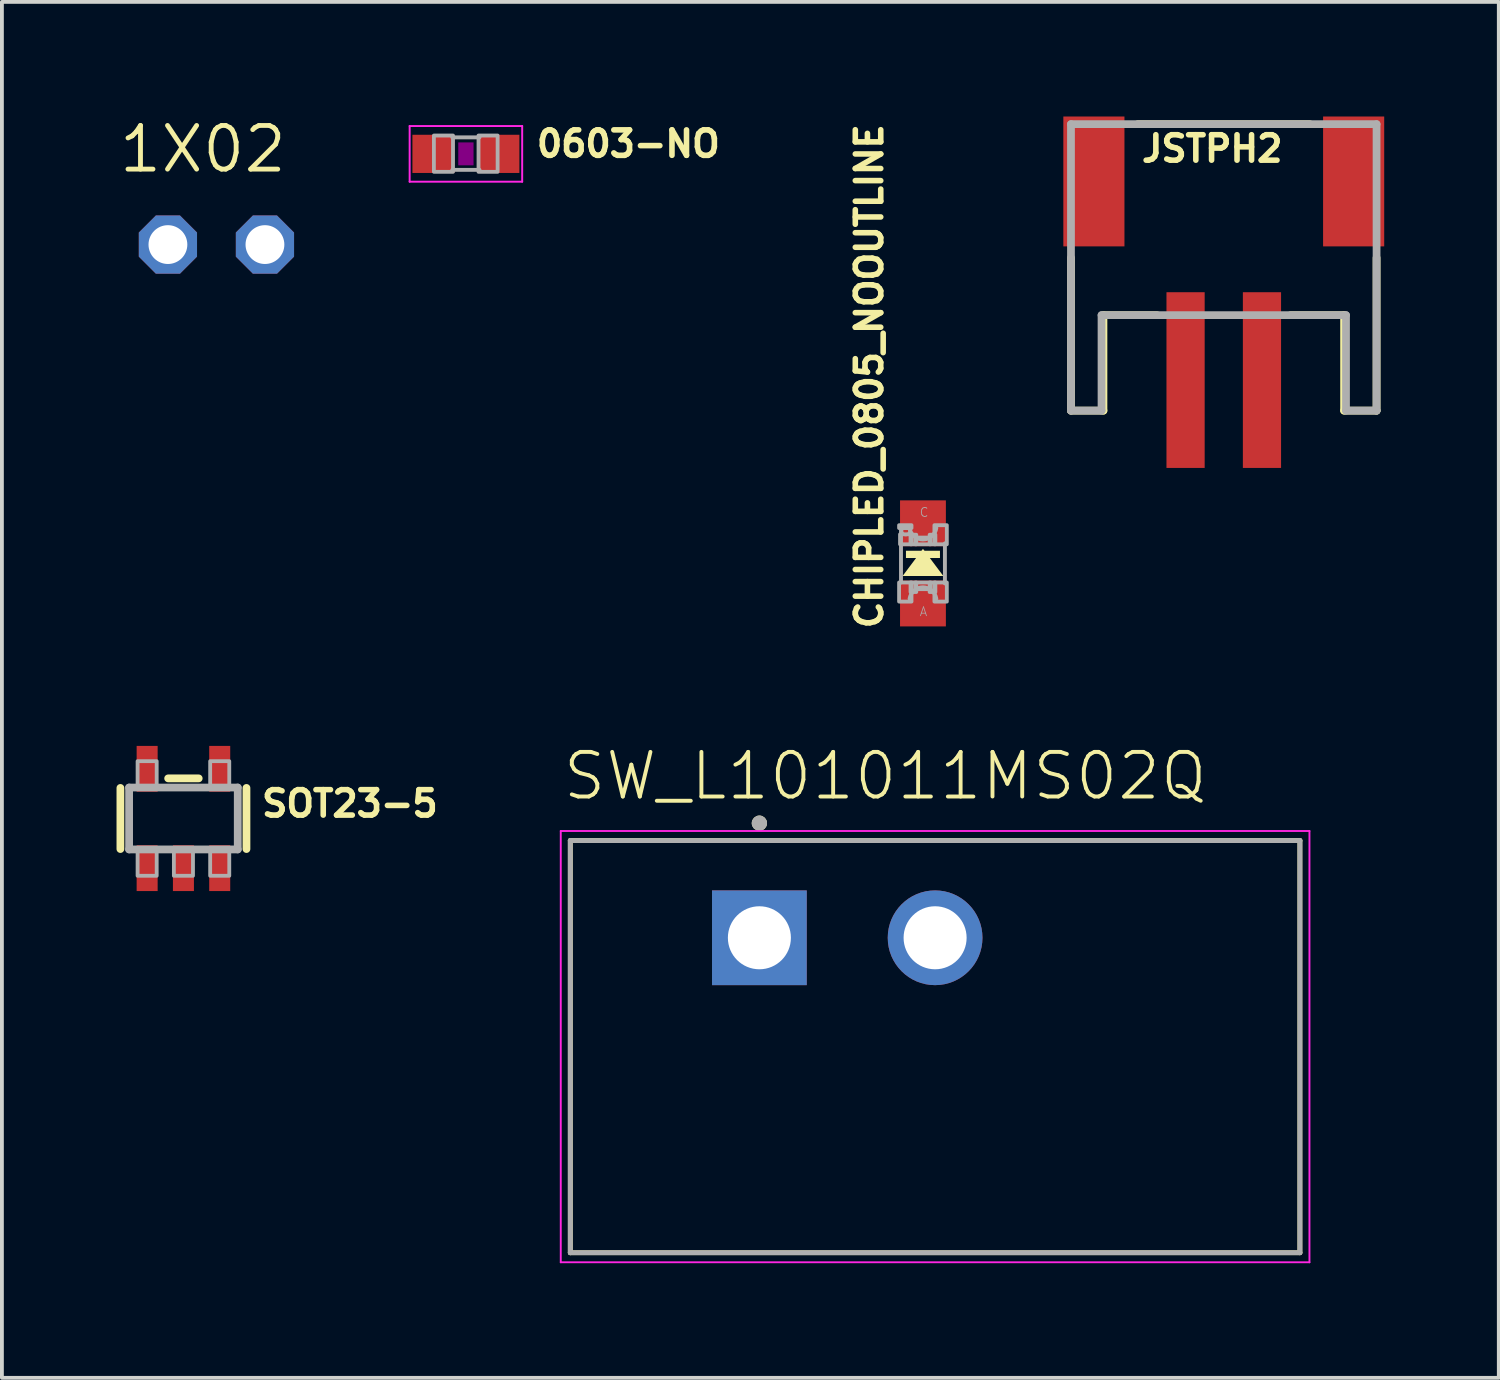
<source format=kicad_pcb>
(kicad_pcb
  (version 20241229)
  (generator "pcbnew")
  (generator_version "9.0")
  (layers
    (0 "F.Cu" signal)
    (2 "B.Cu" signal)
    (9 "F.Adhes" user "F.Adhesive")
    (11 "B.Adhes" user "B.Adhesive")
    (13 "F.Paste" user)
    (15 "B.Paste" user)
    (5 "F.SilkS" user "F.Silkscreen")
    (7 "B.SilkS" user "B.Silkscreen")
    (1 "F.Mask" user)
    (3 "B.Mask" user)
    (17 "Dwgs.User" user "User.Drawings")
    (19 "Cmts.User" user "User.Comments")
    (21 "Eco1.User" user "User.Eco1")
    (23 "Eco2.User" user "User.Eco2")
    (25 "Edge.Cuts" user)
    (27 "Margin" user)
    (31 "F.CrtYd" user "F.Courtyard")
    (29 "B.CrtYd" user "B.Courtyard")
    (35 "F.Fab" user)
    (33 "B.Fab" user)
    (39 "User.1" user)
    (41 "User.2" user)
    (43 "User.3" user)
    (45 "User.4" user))
  (footprint "SOT23-5"
    (layer "F.Cu")
    (at 1.752 18.377)
    (property "Reference" "SOT23-5" (at 1.978 0 0) (layer "F.SilkS") (effects (font (size 0.666 0.666) (thickness 0.146)) (justify left bottom)))
    (fp_line (start -1.65 -0.8) (end -1.65 0.8) (stroke (width 0.203) (type solid)) (layer "F.SilkS"))
    (fp_line (start -0.4 -1.05) (end 0.4 -1.05) (stroke (width 0.203) (type solid)) (layer "F.SilkS"))
    (fp_line (start 1.65 -0.8) (end 1.65 0.8) (stroke (width 0.203) (type solid)) (layer "F.SilkS"))
    (fp_line (start -1.422 -0.81) (end 1.422 -0.81) (stroke (width 0.203) (type solid)) (layer "F.Fab"))
    (fp_line (start -1.422 0.81) (end -1.422 -0.81) (stroke (width 0.203) (type solid)) (layer "F.Fab"))
    (fp_line (start 1.422 -0.81) (end 1.422 0.81) (stroke (width 0.203) (type solid)) (layer "F.Fab"))
    (fp_line (start 1.422 0.81) (end -1.422 0.81) (stroke (width 0.203) (type solid)) (layer "F.Fab"))
    (fp_poly (pts (xy -1.2 -0.85) (xy -0.7 -0.85) (xy -0.7 -1.5) (xy -1.2 -1.5)) (stroke (width 0.1) (type solid)) (fill no) (layer "F.Fab"))
    (fp_poly (pts (xy -1.2 1.5) (xy -0.7 1.5) (xy -0.7 0.85) (xy -1.2 0.85)) (stroke (width 0.1) (type solid)) (fill no) (layer "F.Fab"))
    (fp_poly (pts (xy -0.25 1.5) (xy 0.25 1.5) (xy 0.25 0.85) (xy -0.25 0.85)) (stroke (width 0.1) (type solid)) (fill no) (layer "F.Fab"))
    (fp_poly (pts (xy 0.7 -0.85) (xy 1.2 -0.85) (xy 1.2 -1.5) (xy 0.7 -1.5)) (stroke (width 0.1) (type solid)) (fill no) (layer "F.Fab"))
    (fp_poly (pts (xy 0.7 1.5) (xy 1.2 1.5) (xy 1.2 0.85) (xy 0.7 0.85)) (stroke (width 0.1) (type solid)) (fill no) (layer "F.Fab"))
    (pad "1" smd rect (at -0.95 1.3) (size 0.55 1.2) (layers "F.Cu" "F.Mask" "F.Paste"))
    (pad "2" smd rect (at 0 1.3) (size 0.55 1.2) (layers "F.Cu" "F.Mask" "F.Paste"))
    (pad "3" smd rect (at 0.95 1.3) (size 0.55 1.2) (layers "F.Cu" "F.Mask" "F.Paste"))
    (pad "4" smd rect (at 0.95 -1.3) (size 0.55 1.2) (layers "F.Cu" "F.Mask" "F.Paste"))
    (pad "5" smd rect (at -0.95 -1.3) (size 0.55 1.2) (layers "F.Cu" "F.Mask" "F.Paste")))
  (footprint "JSTPH2"
    (layer "F.Cu")
    (at 28.987 3.2)
    (property "Reference" "JSTPH2" (at -2.223 -1.968 0) (layer "F.SilkS") (effects (font (size 0.666 0.666) (thickness 0.146)) (justify left bottom)))
    (fp_line (start -4 4.5) (end -4 0.5) (stroke (width 0.203) (type solid)) (layer "F.SilkS"))
    (fp_line (start -3.15 2) (end -3.15 4.5) (stroke (width 0.203) (type solid)) (layer "F.SilkS"))
    (fp_line (start -3.15 4.5) (end -4 4.5) (stroke (width 0.203) (type solid)) (layer "F.SilkS"))
    (fp_line (start -2.25 -3) (end 2.25 -3) (stroke (width 0.203) (type solid)) (layer "F.SilkS"))
    (fp_line (start -1.75 2) (end -3.15 2) (stroke (width 0.203) (type solid)) (layer "F.SilkS"))
    (fp_line (start 3.15 2) (end 1.75 2) (stroke (width 0.203) (type solid)) (layer "F.SilkS"))
    (fp_line (start 3.15 4.5) (end 3.15 2) (stroke (width 0.203) (type solid)) (layer "F.SilkS"))
    (fp_line (start 4 0.5) (end 4 4.5) (stroke (width 0.203) (type solid)) (layer "F.SilkS"))
    (fp_line (start 4 4.5) (end 3.15 4.5) (stroke (width 0.203) (type solid)) (layer "F.SilkS"))
    (fp_line (start -4 -3) (end 4 -3) (stroke (width 0.203) (type solid)) (layer "F.Fab"))
    (fp_line (start -4 4.5) (end -4 -3) (stroke (width 0.203) (type solid)) (layer "F.Fab"))
    (fp_line (start -3.2 2) (end -3.2 4.5) (stroke (width 0.203) (type solid)) (layer "F.Fab"))
    (fp_line (start -3.2 4.5) (end -4 4.5) (stroke (width 0.203) (type solid)) (layer "F.Fab"))
    (fp_line (start 3.2 2) (end -3.2 2) (stroke (width 0.203) (type solid)) (layer "F.Fab"))
    (fp_line (start 3.2 4.5) (end 3.2 2) (stroke (width 0.203) (type solid)) (layer "F.Fab"))
    (fp_line (start 4 -3) (end 4 4.5) (stroke (width 0.203) (type solid)) (layer "F.Fab"))
    (fp_line (start 4 4.5) (end 3.2 4.5) (stroke (width 0.203) (type solid)) (layer "F.Fab"))
    (pad "1" smd rect (at -1 3.7) (size 1 4.6) (layers "F.Cu" "F.Mask" "F.Paste"))
    (pad "2" smd rect (at 1 3.7) (size 1 4.6) (layers "F.Cu" "F.Mask" "F.Paste"))
    (pad "NC1" smd rect (at -3.4 -1.5 90) (size 3.4 1.6) (layers "F.Cu" "F.Mask" "F.Paste"))
    (pad "NC2" smd rect (at 3.4 -1.5 90) (size 3.4 1.6) (layers "F.Cu" "F.Mask" "F.Paste")))
  (footprint "SW_L101011MS02Q"
    (layer "F.Cu")
    (at 21.43 24.35)
    (property "Reference" "SW_L101011MS02Q" (at -9.8 -6.4 0) (layer "F.SilkS") (effects (font (size 1.168 1.168) (thickness 0.102)) (justify left bottom)))
    (fp_line (start -9.55 -5.395) (end 9.55 -5.395) (stroke (width 0.127) (type solid)) (layer "F.SilkS"))
    (fp_line (start -9.55 5.395) (end -9.55 -5.395) (stroke (width 0.127) (type solid)) (layer "F.SilkS"))
    (fp_line (start 9.55 -5.395) (end 9.55 5.395) (stroke (width 0.127) (type solid)) (layer "F.SilkS"))
    (fp_line (start 9.55 5.395) (end -9.55 5.395) (stroke (width 0.127) (type solid)) (layer "F.SilkS"))
    (fp_circle (center -4.6 -5.85) (end -4.5 -5.85) (stroke (width 0.2) (type solid)) (fill no) (layer "F.SilkS"))
    (fp_line (start -9.8 -5.645) (end 9.8 -5.645) (stroke (width 0.05) (type solid)) (layer "F.CrtYd"))
    (fp_line (start -9.8 5.645) (end -9.8 -5.645) (stroke (width 0.05) (type solid)) (layer "F.CrtYd"))
    (fp_line (start 9.8 -5.645) (end 9.8 5.645) (stroke (width 0.05) (type solid)) (layer "F.CrtYd"))
    (fp_line (start 9.8 5.645) (end -9.8 5.645) (stroke (width 0.05) (type solid)) (layer "F.CrtYd"))
    (fp_line (start -9.55 -5.395) (end 9.55 -5.395) (stroke (width 0.127) (type solid)) (layer "F.Fab"))
    (fp_line (start -9.55 5.395) (end -9.55 -5.395) (stroke (width 0.127) (type solid)) (layer "F.Fab"))
    (fp_line (start 9.55 -5.395) (end 9.55 5.395) (stroke (width 0.127) (type solid)) (layer "F.Fab"))
    (fp_line (start 9.55 5.395) (end -9.55 5.395) (stroke (width 0.127) (type solid)) (layer "F.Fab"))
    (fp_circle (center -4.6 -5.85) (end -4.5 -5.85) (stroke (width 0.2) (type solid)) (fill no) (layer "F.Fab"))
    (pad "1" thru_hole rect (at -4.6 -2.85 270) (size 2.48 2.48) (drill 1.65) (layers "*.Cu" "*.Mask"))
    (pad "2" thru_hole circle (at 0 -2.85 270) (size 2.48 2.48) (drill 1.65) (layers "*.Cu" "*.Mask")))
  (footprint "1X02"
    (layer "F.Cu")
    (at 2.616 3.353)
    (property "Reference" "1X02" (at -2.616 -1.829 0) (layer "F.SilkS") (effects (font (size 1.143 1.143) (thickness 0.127)) (justify left bottom)))
    (fp_poly (pts (xy -1.524 0.254) (xy -1.016 0.254) (xy -1.016 -0.254) (xy -1.524 -0.254)) (stroke (width 0.1) (type solid)) (fill no) (layer "F.Fab"))
    (fp_poly (pts (xy 1.016 0.254) (xy 1.524 0.254) (xy 1.524 -0.254) (xy 1.016 -0.254)) (stroke (width 0.1) (type solid)) (fill no) (layer "F.Fab"))
    (pad "1" thru_hole roundrect (at -1.27 0 90) (size 1.524 1.524) (drill 1.016) (layers "*.Cu" "*.Mask") (roundrect_rratio 0.25) (chamfer_ratio 0.293) (chamfer top_left top_right bottom_left bottom_right))
    (pad "2" thru_hole roundrect (at 1.27 0 90) (size 1.524 1.524) (drill 1.016) (layers "*.Cu" "*.Mask") (roundrect_rratio 0.25) (chamfer_ratio 0.293) (chamfer top_left top_right bottom_left bottom_right)))
  (footprint "CHIPLED_0805_NOOUTLINE"
    (layer "F.Cu")
    (at 21.112 11.699)
    (property "Reference" "CHIPLED_0805_NOOUTLINE" (at -1.016 1.778 90) (layer "F.SilkS") (effects (font (size 0.666 0.666) (thickness 0.146)) (justify left bottom)))
    (fp_poly (pts (xy 0.533 0.33) (xy -0.533 0.33) (xy 0 -0.381)) (stroke (width 0) (type solid)) (fill yes) (layer "F.SilkS"))
    (fp_poly (pts (xy -0.445 -0.141) (xy 0.445 -0.141) (xy 0.445 -0.331) (xy -0.445 -0.331)) (stroke (width 0) (type solid)) (fill yes) (layer "F.SilkS"))
    (fp_line (start -0.575 0.5) (end -0.575 -0.925) (stroke (width 0.102) (type solid)) (layer "F.Fab"))
    (fp_line (start 0.575 -0.525) (end 0.575 0.525) (stroke (width 0.102) (type solid)) (layer "F.Fab"))
    (fp_arc (start -0.35 0.925) (mid -0.000001 0.625027) (end 0.35 0.924998) (stroke (width 0.1016) (type solid)) (layer "F.Fab"))
    (fp_arc (start 0.35 -0.924998) (mid -0.000001 -0.625027) (end -0.35 -0.925) (stroke (width 0.1016) (type solid)) (layer "F.Fab"))
    (fp_circle (center -0.45 -0.85) (end -0.347 -0.85) (stroke (width 0.076) (type solid)) (fill no) (layer "F.Fab"))
    (fp_poly (pts (xy -0.625 -0.925) (xy -0.3 -0.925) (xy -0.3 -1) (xy -0.625 -1)) (stroke (width 0.1) (type solid)) (fill no) (layer "F.Fab"))
    (fp_poly (pts (xy -0.625 1) (xy -0.3 1) (xy -0.3 0.5) (xy -0.625 0.5)) (stroke (width 0.1) (type solid)) (fill no) (layer "F.Fab"))
    (fp_poly (pts (xy -0.6 -0.5) (xy -0.3 -0.5) (xy -0.3 -0.762) (xy -0.6 -0.762)) (stroke (width 0.1) (type solid)) (fill no) (layer "F.Fab"))
    (fp_poly (pts (xy -0.325 -0.5) (xy -0.175 -0.5) (xy -0.175 -0.75) (xy -0.325 -0.75)) (stroke (width 0.1) (type solid)) (fill no) (layer "F.Fab"))
    (fp_poly (pts (xy -0.325 0.75) (xy -0.175 0.75) (xy -0.175 0.5) (xy -0.325 0.5)) (stroke (width 0.1) (type solid)) (fill no) (layer "F.Fab"))
    (fp_poly (pts (xy -0.2 -0.5) (xy 0.2 -0.5) (xy 0.2 -0.675) (xy -0.2 -0.675)) (stroke (width 0.1) (type solid)) (fill no) (layer "F.Fab"))
    (fp_poly (pts (xy -0.2 0.675) (xy 0.2 0.675) (xy 0.2 0.5) (xy -0.2 0.5)) (stroke (width 0.1) (type solid)) (fill no) (layer "F.Fab"))
    (fp_poly (pts (xy 0.175 -0.5) (xy 0.325 -0.5) (xy 0.325 -0.75) (xy 0.175 -0.75)) (stroke (width 0.1) (type solid)) (fill no) (layer "F.Fab"))
    (fp_poly (pts (xy 0.175 0.75) (xy 0.325 0.75) (xy 0.325 0.5) (xy 0.175 0.5)) (stroke (width 0.1) (type solid)) (fill no) (layer "F.Fab"))
    (fp_poly (pts (xy 0.3 -0.5) (xy 0.625 -0.5) (xy 0.625 -1) (xy 0.3 -1)) (stroke (width 0.1) (type solid)) (fill no) (layer "F.Fab"))
    (fp_poly (pts (xy 0.3 1) (xy 0.625 1) (xy 0.625 0.5) (xy 0.3 0.5)) (stroke (width 0.1) (type solid)) (fill no) (layer "F.Fab"))
    (fp_text user "A" (at -0.1 1.4 0) (layer "F.Fab") (effects (font (size 0.234 0.234) (thickness 0.02)) (justify left bottom)))
    (fp_text user "C" (at -0.1 -1.2 0) (layer "F.Fab") (effects (font (size 0.234 0.234) (thickness 0.02)) (justify left bottom)))
    (pad "A" smd rect (at 0 1.05) (size 1.2 1.2) (layers "F.Cu" "F.Mask" "F.Paste"))
    (pad "C" smd rect (at 0 -1.05) (size 1.2 1.2) (layers "F.Cu" "F.Mask" "F.Paste")))
  (footprint "0603-NO"
    (layer "F.Cu")
    (at 9.147 0.978)
    (property "Reference" "0603-NO" (at 1.778 0.127 0) (layer "F.SilkS") (effects (font (size 0.666 0.666) (thickness 0.146)) (justify left bottom)))
    (fp_poly (pts (xy -0.2 0.3) (xy 0.2 0.3) (xy 0.2 -0.3) (xy -0.2 -0.3)) (stroke (width 0) (type solid)) (fill yes) (layer "F.Adhes"))
    (fp_line (start -1.473 -0.729) (end 1.473 -0.729) (stroke (width 0.051) (type solid)) (layer "F.CrtYd"))
    (fp_line (start -1.473 0.729) (end -1.473 -0.729) (stroke (width 0.051) (type solid)) (layer "F.CrtYd"))
    (fp_line (start 1.473 -0.729) (end 1.473 0.729) (stroke (width 0.051) (type solid)) (layer "F.CrtYd"))
    (fp_line (start 1.473 0.729) (end -1.473 0.729) (stroke (width 0.051) (type solid)) (layer "F.CrtYd"))
    (fp_line (start -0.356 -0.432) (end 0.356 -0.432) (stroke (width 0.102) (type solid)) (layer "F.Fab"))
    (fp_line (start -0.356 0.419) (end 0.356 0.419) (stroke (width 0.102) (type solid)) (layer "F.Fab"))
    (fp_poly (pts (xy -0.838 0.47) (xy -0.338 0.47) (xy -0.338 -0.48) (xy -0.838 -0.48)) (stroke (width 0.1) (type solid)) (fill no) (layer "F.Fab"))
    (fp_poly (pts (xy 0.33 0.47) (xy 0.83 0.47) (xy 0.83 -0.48) (xy 0.33 -0.48)) (stroke (width 0.1) (type solid)) (fill no) (layer "F.Fab"))
    (pad "1" smd rect (at -0.85 0) (size 1.1 1) (layers "F.Cu" "F.Mask" "F.Paste"))
    (pad "2" smd rect (at 0.85 0) (size 1.1 1) (layers "F.Cu" "F.Mask" "F.Paste")))
  (gr_rect
    (start -3 -3)
    (end 36.187 33.02)
    (stroke (width 0.1) (type default))
    (fill no)
    (layer "Edge.Cuts")))
</source>
